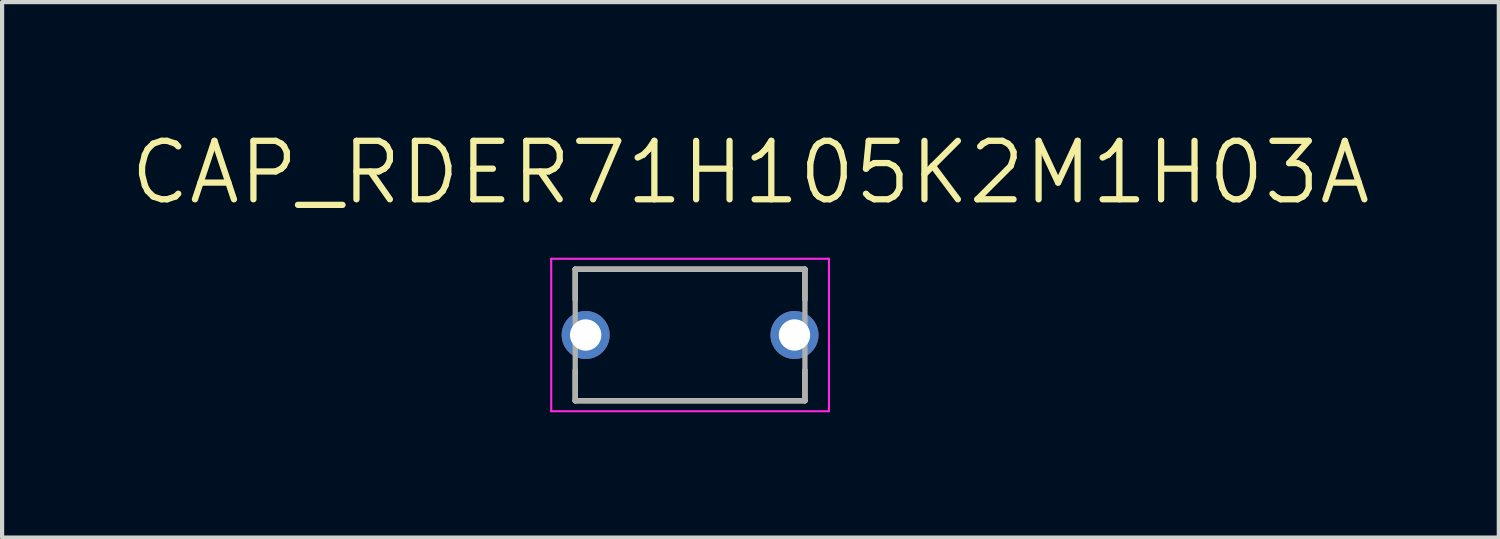
<source format=kicad_pcb>
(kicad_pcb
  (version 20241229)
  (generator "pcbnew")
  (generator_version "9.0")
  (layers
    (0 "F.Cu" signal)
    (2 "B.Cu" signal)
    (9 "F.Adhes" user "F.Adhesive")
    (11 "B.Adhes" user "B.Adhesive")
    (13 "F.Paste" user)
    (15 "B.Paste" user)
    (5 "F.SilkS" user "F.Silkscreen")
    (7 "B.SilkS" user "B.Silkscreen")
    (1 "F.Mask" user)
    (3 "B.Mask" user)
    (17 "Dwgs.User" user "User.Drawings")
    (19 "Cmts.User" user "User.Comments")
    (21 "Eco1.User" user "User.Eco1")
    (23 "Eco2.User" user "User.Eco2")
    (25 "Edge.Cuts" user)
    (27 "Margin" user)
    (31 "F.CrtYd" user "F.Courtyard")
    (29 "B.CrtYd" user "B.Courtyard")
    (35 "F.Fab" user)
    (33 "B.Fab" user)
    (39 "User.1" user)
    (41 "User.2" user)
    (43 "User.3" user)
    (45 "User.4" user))
  (footprint "CAP_RDER71H105K2M1H03A"
    (layer "F.Cu")
    (at 13.473 4.971)
    (property "Reference" "CAP_RDER71H105K2M1H03A" (at 1.445 -3.889 0) (layer "F.SilkS") (effects (font (size 1.4 1.4) (thickness 0.15))))
    (attr through_hole)
    (fp_line (start -2.75 -1.575) (end -2.75 -0.84) (stroke (width 0.127) (type solid)) (layer "F.SilkS"))
    (fp_line (start -2.75 -1.575) (end 2.75 -1.575) (stroke (width 0.127) (type solid)) (layer "F.SilkS"))
    (fp_line (start -2.75 1.575) (end -2.75 0.84) (stroke (width 0.127) (type solid)) (layer "F.SilkS"))
    (fp_line (start 2.75 -1.575) (end 2.75 -0.84) (stroke (width 0.127) (type solid)) (layer "F.SilkS"))
    (fp_line (start 2.75 1.575) (end -2.75 1.575) (stroke (width 0.127) (type solid)) (layer "F.SilkS"))
    (fp_line (start 2.75 1.575) (end 2.75 0.84) (stroke (width 0.127) (type solid)) (layer "F.SilkS"))
    (fp_line (start -3.325 -1.825) (end 3.325 -1.825) (stroke (width 0.05) (type solid)) (layer "F.CrtYd"))
    (fp_line (start -3.325 1.825) (end -3.325 -1.825) (stroke (width 0.05) (type solid)) (layer "F.CrtYd"))
    (fp_line (start 3.325 -1.825) (end 3.325 1.825) (stroke (width 0.05) (type solid)) (layer "F.CrtYd"))
    (fp_line (start 3.325 1.825) (end -3.325 1.825) (stroke (width 0.05) (type solid)) (layer "F.CrtYd"))
    (fp_line (start -2.75 -1.575) (end 2.75 -1.575) (stroke (width 0.127) (type solid)) (layer "F.Fab"))
    (fp_line (start -2.75 1.575) (end -2.75 -1.575) (stroke (width 0.127) (type solid)) (layer "F.Fab"))
    (fp_line (start 2.75 -1.575) (end 2.75 1.575) (stroke (width 0.127) (type solid)) (layer "F.Fab"))
    (fp_line (start 2.75 1.575) (end -2.75 1.575) (stroke (width 0.127) (type solid)) (layer "F.Fab"))
    (pad "1" thru_hole circle (at -2.5 0) (size 1.15 1.15) (drill 0.75) (layers "*.Cu" "*.Mask"))
    (pad "2" thru_hole circle (at 2.5 0) (size 1.15 1.15) (drill 0.75) (layers "*.Cu" "*.Mask")))
  (gr_rect
    (start -3 -3)
    (end 32.837 9.821)
    (stroke (width 0.1) (type default))
    (fill no)
    (layer "Edge.Cuts")))
</source>
